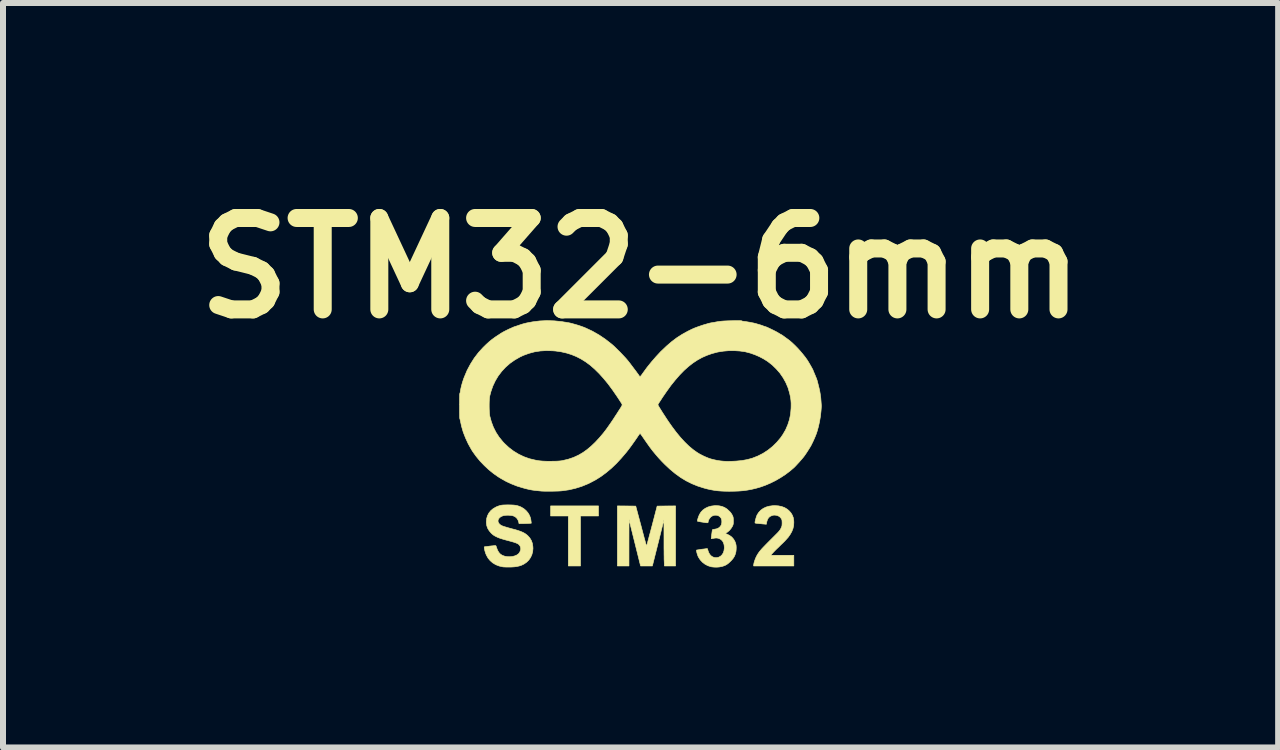
<source format=kicad_pcb>
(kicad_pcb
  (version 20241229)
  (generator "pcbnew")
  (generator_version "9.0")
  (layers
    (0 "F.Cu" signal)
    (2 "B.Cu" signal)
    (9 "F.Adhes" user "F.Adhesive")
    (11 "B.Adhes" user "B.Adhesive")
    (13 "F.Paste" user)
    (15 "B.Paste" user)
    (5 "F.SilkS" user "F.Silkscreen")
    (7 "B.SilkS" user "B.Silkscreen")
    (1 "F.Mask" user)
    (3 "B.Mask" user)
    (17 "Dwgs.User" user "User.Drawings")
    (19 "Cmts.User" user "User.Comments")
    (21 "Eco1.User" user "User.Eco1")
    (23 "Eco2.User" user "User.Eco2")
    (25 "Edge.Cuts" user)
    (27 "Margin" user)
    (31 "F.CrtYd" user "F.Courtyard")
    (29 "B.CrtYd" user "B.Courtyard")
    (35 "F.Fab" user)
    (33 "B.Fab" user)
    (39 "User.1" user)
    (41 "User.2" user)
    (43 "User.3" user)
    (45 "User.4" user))
  (footprint "STM32-6mm"
    (layer "F.Cu")
    (at 7.627 4.418)
    (property "Reference" "STM32-6mm" (at 0 -3 0) (layer "F.SilkS") (effects (font (size 1.524 1.524) (thickness 0.3))))
    (attr through_hole)
    (fp_poly (pts (xy -0.701 1.133) (xy -1.001 1.133) (xy -1.001 1.966) (xy -1.204 1.966) (xy -1.204 1.133) (xy -1.499 1.133) (xy -1.499 0.965) (xy -0.701 0.965) (xy -0.701 1.133)) (stroke (width 0.01) (type solid)) (fill yes) (layer "F.SilkS"))
    (fp_poly (pts (xy 0.584 1.966) (xy 0.398 1.966) (xy 0.395 1.894) (xy 0.394 1.875) (xy 0.393 1.848) (xy 0.393 1.813) (xy 0.392 1.771) (xy 0.392 1.723) (xy 0.391 1.672) (xy 0.391 1.617) (xy 0.391 1.559) (xy 0.391 1.509) (xy 0.39 1.196) (xy 0.294 1.581) (xy 0.197 1.966) (xy 0.001 1.966) (xy -0.192 1.191) (xy -0.193 1.579) (xy -0.193 1.966) (xy -0.386 1.966) (xy -0.386 0.965) (xy -0.233 0.966) (xy -0.08 0.968) (xy 0.01 1.304) (xy 0.025 1.361) (xy 0.039 1.414) (xy 0.052 1.463) (xy 0.064 1.508) (xy 0.075 1.547) (xy 0.084 1.58) (xy 0.092 1.606) (xy 0.097 1.624) (xy 0.101 1.633) (xy 0.101 1.635) (xy 0.103 1.629) (xy 0.107 1.614) (xy 0.113 1.591) (xy 0.121 1.56) (xy 0.131 1.523) (xy 0.142 1.481) (xy 0.155 1.433) (xy 0.169 1.381) (xy 0.183 1.327) (xy 0.191 1.298) (xy 0.277 0.968) (xy 0.431 0.966) (xy 0.584 0.965) (xy 0.584 1.966)) (stroke (width 0.01) (type solid)) (fill yes) (layer "F.SilkS"))
    (fp_poly (pts (xy 2.298 0.964) (xy 2.352 0.975) (xy 2.401 0.993) (xy 2.444 1.019) (xy 2.474 1.044) (xy 2.507 1.081) (xy 2.531 1.121) (xy 2.547 1.164) (xy 2.554 1.212) (xy 2.555 1.242) (xy 2.552 1.293) (xy 2.541 1.342) (xy 2.522 1.391) (xy 2.495 1.439) (xy 2.46 1.489) (xy 2.415 1.539) (xy 2.379 1.576) (xy 2.339 1.614) (xy 2.303 1.65) (xy 2.269 1.682) (xy 2.24 1.711) (xy 2.216 1.736) (xy 2.198 1.756) (xy 2.185 1.769) (xy 2.18 1.777) (xy 2.174 1.788) (xy 2.555 1.788) (xy 2.555 1.966) (xy 1.885 1.966) (xy 1.885 1.954) (xy 1.887 1.936) (xy 1.892 1.912) (xy 1.901 1.883) (xy 1.911 1.854) (xy 1.923 1.825) (xy 1.927 1.817) (xy 1.938 1.795) (xy 1.95 1.774) (xy 1.963 1.754) (xy 1.978 1.732) (xy 1.997 1.709) (xy 2.019 1.683) (xy 2.046 1.654) (xy 2.078 1.621) (xy 2.115 1.583) (xy 2.159 1.539) (xy 2.166 1.532) (xy 2.204 1.494) (xy 2.235 1.463) (xy 2.26 1.438) (xy 2.281 1.417) (xy 2.297 1.4) (xy 2.309 1.386) (xy 2.318 1.374) (xy 2.326 1.364) (xy 2.332 1.355) (xy 2.337 1.345) (xy 2.34 1.339) (xy 2.349 1.319) (xy 2.355 1.304) (xy 2.358 1.29) (xy 2.359 1.273) (xy 2.36 1.25) (xy 2.359 1.225) (xy 2.358 1.208) (xy 2.355 1.194) (xy 2.349 1.182) (xy 2.348 1.18) (xy 2.33 1.155) (xy 2.304 1.136) (xy 2.275 1.124) (xy 2.27 1.123) (xy 2.245 1.119) (xy 2.224 1.118) (xy 2.203 1.122) (xy 2.19 1.126) (xy 2.159 1.14) (xy 2.134 1.162) (xy 2.116 1.192) (xy 2.104 1.23) (xy 2.101 1.247) (xy 2.097 1.271) (xy 2.071 1.268) (xy 2.056 1.267) (xy 2.033 1.265) (xy 2.007 1.262) (xy 1.979 1.26) (xy 1.979 1.259) (xy 1.954 1.257) (xy 1.933 1.255) (xy 1.917 1.252) (xy 1.909 1.25) (xy 1.909 1.25) (xy 1.908 1.243) (xy 1.909 1.229) (xy 1.913 1.209) (xy 1.919 1.186) (xy 1.926 1.162) (xy 1.933 1.139) (xy 1.941 1.12) (xy 1.943 1.115) (xy 1.97 1.073) (xy 2.004 1.037) (xy 2.045 1.007) (xy 2.093 0.984) (xy 2.146 0.969) (xy 2.206 0.961) (xy 2.237 0.96) (xy 2.298 0.964)) (stroke (width 0.01) (type solid)) (fill yes) (layer "F.SilkS"))
    (fp_poly (pts (xy -2.197 0.948) (xy -2.151 0.949) (xy -2.113 0.951) (xy -2.081 0.955) (xy -2.053 0.961) (xy -2.025 0.97) (xy -1.997 0.981) (xy -1.982 0.989) (xy -1.944 1.012) (xy -1.908 1.043) (xy -1.877 1.079) (xy -1.858 1.11) (xy -1.844 1.14) (xy -1.834 1.168) (xy -1.828 1.198) (xy -1.825 1.221) (xy -1.821 1.253) (xy -1.869 1.257) (xy -1.897 1.258) (xy -1.929 1.259) (xy -1.961 1.26) (xy -1.972 1.26) (xy -2.026 1.26) (xy -2.029 1.241) (xy -2.041 1.204) (xy -2.06 1.173) (xy -2.087 1.148) (xy -2.117 1.133) (xy -2.142 1.126) (xy -2.173 1.122) (xy -2.208 1.12) (xy -2.242 1.121) (xy -2.274 1.125) (xy -2.292 1.129) (xy -2.324 1.142) (xy -2.349 1.16) (xy -2.366 1.181) (xy -2.375 1.204) (xy -2.375 1.227) (xy -2.367 1.246) (xy -2.353 1.266) (xy -2.333 1.283) (xy -2.322 1.29) (xy -2.304 1.298) (xy -2.279 1.307) (xy -2.247 1.317) (xy -2.21 1.328) (xy -2.171 1.339) (xy -2.145 1.346) (xy -2.087 1.361) (xy -2.038 1.376) (xy -1.996 1.391) (xy -1.961 1.406) (xy -1.931 1.422) (xy -1.905 1.44) (xy -1.882 1.459) (xy -1.88 1.461) (xy -1.846 1.499) (xy -1.82 1.542) (xy -1.803 1.589) (xy -1.795 1.642) (xy -1.793 1.674) (xy -1.798 1.728) (xy -1.812 1.779) (xy -1.834 1.826) (xy -1.864 1.869) (xy -1.901 1.905) (xy -1.945 1.935) (xy -1.95 1.937) (xy -1.985 1.954) (xy -2.022 1.966) (xy -2.062 1.975) (xy -2.107 1.981) (xy -2.16 1.984) (xy -2.174 1.984) (xy -2.206 1.984) (xy -2.236 1.984) (xy -2.263 1.983) (xy -2.284 1.982) (xy -2.294 1.981) (xy -2.356 1.967) (xy -2.413 1.945) (xy -2.462 1.916) (xy -2.505 1.879) (xy -2.541 1.836) (xy -2.569 1.786) (xy -2.581 1.758) (xy -2.588 1.736) (xy -2.595 1.713) (xy -2.6 1.69) (xy -2.604 1.67) (xy -2.605 1.655) (xy -2.604 1.648) (xy -2.604 1.648) (xy -2.599 1.646) (xy -2.585 1.644) (xy -2.565 1.642) (xy -2.541 1.639) (xy -2.515 1.635) (xy -2.488 1.632) (xy -2.463 1.63) (xy -2.441 1.627) (xy -2.425 1.626) (xy -2.418 1.626) (xy -2.411 1.63) (xy -2.405 1.643) (xy -2.401 1.657) (xy -2.384 1.702) (xy -2.362 1.74) (xy -2.334 1.77) (xy -2.3 1.791) (xy -2.299 1.791) (xy -2.261 1.804) (xy -2.22 1.811) (xy -2.178 1.812) (xy -2.136 1.808) (xy -2.097 1.798) (xy -2.062 1.783) (xy -2.034 1.763) (xy -2.029 1.757) (xy -2.015 1.738) (xy -2.004 1.713) (xy -1.997 1.689) (xy -1.997 1.679) (xy -1.999 1.661) (xy -2.005 1.642) (xy -2.008 1.636) (xy -2.016 1.622) (xy -2.026 1.611) (xy -2.039 1.6) (xy -2.056 1.591) (xy -2.079 1.581) (xy -2.108 1.571) (xy -2.145 1.56) (xy -2.19 1.548) (xy -2.197 1.546) (xy -2.254 1.531) (xy -2.302 1.517) (xy -2.343 1.504) (xy -2.377 1.491) (xy -2.405 1.478) (xy -2.43 1.465) (xy -2.452 1.451) (xy -2.472 1.435) (xy -2.49 1.418) (xy -2.523 1.379) (xy -2.548 1.338) (xy -2.563 1.295) (xy -2.57 1.247) (xy -2.57 1.225) (xy -2.565 1.175) (xy -2.551 1.128) (xy -2.528 1.084) (xy -2.497 1.045) (xy -2.458 1.012) (xy -2.412 0.985) (xy -2.388 0.974) (xy -2.363 0.965) (xy -2.34 0.958) (xy -2.317 0.953) (xy -2.292 0.95) (xy -2.261 0.949) (xy -2.225 0.948) (xy -2.197 0.948)) (stroke (width 0.01) (type solid)) (fill yes) (layer "F.SilkS"))
    (fp_poly (pts (xy 1.308 0.963) (xy 1.356 0.973) (xy 1.399 0.99) (xy 1.439 1.015) (xy 1.474 1.047) (xy 1.499 1.072) (xy 1.516 1.096) (xy 1.53 1.12) (xy 1.53 1.121) (xy 1.538 1.137) (xy 1.542 1.15) (xy 1.545 1.163) (xy 1.546 1.179) (xy 1.547 1.201) (xy 1.547 1.214) (xy 1.547 1.24) (xy 1.546 1.258) (xy 1.544 1.272) (xy 1.54 1.285) (xy 1.534 1.298) (xy 1.53 1.307) (xy 1.509 1.34) (xy 1.483 1.372) (xy 1.452 1.399) (xy 1.435 1.41) (xy 1.411 1.424) (xy 1.438 1.434) (xy 1.483 1.456) (xy 1.522 1.485) (xy 1.553 1.521) (xy 1.576 1.563) (xy 1.588 1.598) (xy 1.593 1.624) (xy 1.595 1.655) (xy 1.594 1.69) (xy 1.591 1.722) (xy 1.587 1.742) (xy 1.576 1.779) (xy 1.561 1.812) (xy 1.54 1.844) (xy 1.512 1.876) (xy 1.501 1.887) (xy 1.469 1.917) (xy 1.439 1.94) (xy 1.408 1.957) (xy 1.372 1.97) (xy 1.349 1.976) (xy 1.312 1.983) (xy 1.27 1.986) (xy 1.227 1.985) (xy 1.187 1.981) (xy 1.174 1.978) (xy 1.123 1.962) (xy 1.075 1.937) (xy 1.032 1.904) (xy 0.995 1.864) (xy 0.965 1.818) (xy 0.959 1.805) (xy 0.952 1.787) (xy 0.945 1.766) (xy 0.939 1.745) (xy 0.935 1.726) (xy 0.932 1.71) (xy 0.933 1.702) (xy 0.934 1.701) (xy 0.939 1.7) (xy 0.953 1.698) (xy 0.973 1.695) (xy 0.997 1.691) (xy 1.022 1.687) (xy 1.049 1.684) (xy 1.073 1.681) (xy 1.093 1.678) (xy 1.107 1.677) (xy 1.113 1.676) (xy 1.116 1.681) (xy 1.12 1.692) (xy 1.122 1.702) (xy 1.135 1.74) (xy 1.153 1.772) (xy 1.177 1.798) (xy 1.205 1.816) (xy 1.235 1.826) (xy 1.267 1.828) (xy 1.3 1.821) (xy 1.333 1.804) (xy 1.334 1.803) (xy 1.359 1.779) (xy 1.379 1.748) (xy 1.391 1.711) (xy 1.397 1.668) (xy 1.397 1.659) (xy 1.393 1.615) (xy 1.382 1.578) (xy 1.364 1.547) (xy 1.339 1.524) (xy 1.308 1.508) (xy 1.289 1.503) (xy 1.272 1.5) (xy 1.255 1.5) (xy 1.234 1.502) (xy 1.221 1.505) (xy 1.202 1.508) (xy 1.188 1.51) (xy 1.18 1.511) (xy 1.179 1.511) (xy 1.179 1.505) (xy 1.18 1.492) (xy 1.182 1.473) (xy 1.185 1.451) (xy 1.188 1.428) (xy 1.191 1.405) (xy 1.194 1.385) (xy 1.196 1.371) (xy 1.196 1.368) (xy 1.199 1.362) (xy 1.206 1.358) (xy 1.219 1.355) (xy 1.231 1.354) (xy 1.271 1.346) (xy 1.303 1.331) (xy 1.328 1.309) (xy 1.346 1.282) (xy 1.354 1.249) (xy 1.355 1.214) (xy 1.349 1.184) (xy 1.339 1.163) (xy 1.319 1.142) (xy 1.294 1.127) (xy 1.265 1.12) (xy 1.234 1.12) (xy 1.205 1.128) (xy 1.177 1.144) (xy 1.173 1.147) (xy 1.159 1.163) (xy 1.145 1.182) (xy 1.134 1.203) (xy 1.128 1.221) (xy 1.128 1.227) (xy 1.127 1.235) (xy 1.125 1.241) (xy 1.12 1.245) (xy 1.11 1.246) (xy 1.095 1.245) (xy 1.072 1.242) (xy 1.041 1.237) (xy 1.036 1.236) (xy 1.008 1.232) (xy 0.983 1.227) (xy 0.964 1.223) (xy 0.952 1.221) (xy 0.949 1.219) (xy 0.948 1.213) (xy 0.95 1.199) (xy 0.955 1.18) (xy 0.962 1.158) (xy 0.97 1.136) (xy 0.979 1.115) (xy 0.982 1.108) (xy 1.007 1.068) (xy 1.04 1.033) (xy 1.079 1.005) (xy 1.125 0.983) (xy 1.176 0.968) (xy 1.231 0.961) (xy 1.253 0.96) (xy 1.308 0.963)) (stroke (width 0.01) (type solid)) (fill yes) (layer "F.SilkS"))
    (fp_poly (pts (xy -1.438 -2.12) (xy -1.312 -2.107) (xy -1.272 -2.1) (xy -1.248 -2.097) (xy -1.227 -2.093) (xy -1.212 -2.09) (xy -1.206 -2.09) (xy -1.172 -2.083) (xy -1.13 -2.072) (xy -1.084 -2.059) (xy -1.036 -2.045) (xy -0.989 -2.029) (xy -0.945 -2.013) (xy -0.914 -2) (xy -0.803 -1.948) (xy -0.694 -1.886) (xy -0.588 -1.815) (xy -0.487 -1.736) (xy -0.47 -1.722) (xy -0.443 -1.698) (xy -0.412 -1.668) (xy -0.378 -1.634) (xy -0.342 -1.599) (xy -0.307 -1.562) (xy -0.274 -1.527) (xy -0.245 -1.496) (xy -0.227 -1.475) (xy -0.212 -1.457) (xy -0.193 -1.433) (xy -0.171 -1.405) (xy -0.148 -1.374) (xy -0.123 -1.341) (xy -0.099 -1.309) (xy -0.076 -1.279) (xy -0.056 -1.251) (xy -0.039 -1.229) (xy -0.028 -1.212) (xy -0.025 -1.208) (xy -0.016 -1.196) (xy -0.009 -1.19) (xy -0.008 -1.189) (xy -0.003 -1.193) (xy 0.006 -1.204) (xy 0.019 -1.22) (xy 0.033 -1.24) (xy 0.04 -1.25) (xy 0.107 -1.342) (xy 0.181 -1.434) (xy 0.259 -1.524) (xy 0.338 -1.609) (xy 0.348 -1.618) (xy 0.434 -1.7) (xy 0.519 -1.773) (xy 0.605 -1.838) (xy 0.694 -1.895) (xy 0.786 -1.946) (xy 0.857 -1.981) (xy 0.898 -1.999) (xy 0.945 -2.017) (xy 0.994 -2.034) (xy 1.044 -2.051) (xy 1.092 -2.065) (xy 1.137 -2.078) (xy 1.176 -2.087) (xy 1.199 -2.09) (xy 1.219 -2.094) (xy 1.24 -2.097) (xy 1.247 -2.099) (xy 1.281 -2.105) (xy 1.315 -2.11) (xy 1.349 -2.114) (xy 1.386 -2.117) (xy 1.428 -2.119) (xy 1.477 -2.121) (xy 1.533 -2.122) (xy 1.581 -2.123) (xy 1.62 -2.123) (xy 1.651 -2.123) (xy 1.672 -2.122) (xy 1.684 -2.121) (xy 1.687 -2.12) (xy 1.691 -2.117) (xy 1.703 -2.114) (xy 1.721 -2.112) (xy 1.722 -2.111) (xy 1.743 -2.109) (xy 1.769 -2.105) (xy 1.797 -2.1) (xy 1.812 -2.098) (xy 1.836 -2.093) (xy 1.857 -2.089) (xy 1.873 -2.086) (xy 1.88 -2.085) (xy 1.895 -2.081) (xy 1.917 -2.076) (xy 1.943 -2.068) (xy 1.971 -2.06) (xy 1.998 -2.052) (xy 2.022 -2.044) (xy 2.036 -2.039) (xy 2.056 -2.031) (xy 2.075 -2.025) (xy 2.088 -2.021) (xy 2.102 -2.016) (xy 2.122 -2.007) (xy 2.148 -1.995) (xy 2.177 -1.981) (xy 2.208 -1.966) (xy 2.238 -1.951) (xy 2.265 -1.937) (xy 2.288 -1.924) (xy 2.306 -1.913) (xy 2.306 -1.913) (xy 2.323 -1.903) (xy 2.337 -1.894) (xy 2.345 -1.89) (xy 2.347 -1.89) (xy 2.352 -1.887) (xy 2.364 -1.879) (xy 2.38 -1.868) (xy 2.394 -1.858) (xy 2.413 -1.843) (xy 2.432 -1.83) (xy 2.447 -1.819) (xy 2.453 -1.815) (xy 2.491 -1.786) (xy 2.532 -1.75) (xy 2.576 -1.708) (xy 2.62 -1.663) (xy 2.664 -1.614) (xy 2.705 -1.565) (xy 2.744 -1.516) (xy 2.777 -1.47) (xy 2.804 -1.427) (xy 2.81 -1.416) (xy 2.819 -1.401) (xy 2.831 -1.38) (xy 2.844 -1.357) (xy 2.85 -1.347) (xy 2.86 -1.328) (xy 2.869 -1.312) (xy 2.874 -1.302) (xy 2.875 -1.299) (xy 2.877 -1.293) (xy 2.882 -1.28) (xy 2.89 -1.261) (xy 2.9 -1.237) (xy 2.906 -1.224) (xy 2.917 -1.196) (xy 2.928 -1.17) (xy 2.937 -1.147) (xy 2.942 -1.13) (xy 2.944 -1.126) (xy 2.958 -1.071) (xy 2.97 -1.023) (xy 2.98 -0.982) (xy 2.988 -0.944) (xy 2.994 -0.909) (xy 2.999 -0.874) (xy 3.004 -0.838) (xy 3.007 -0.798) (xy 3.008 -0.79) (xy 3.01 -0.759) (xy 3.012 -0.736) (xy 3.013 -0.717) (xy 3.014 -0.7) (xy 3.013 -0.683) (xy 3.012 -0.663) (xy 3.01 -0.638) (xy 3.008 -0.613) (xy 2.999 -0.531) (xy 2.985 -0.447) (xy 2.967 -0.364) (xy 2.946 -0.286) (xy 2.929 -0.235) (xy 2.918 -0.207) (xy 2.904 -0.173) (xy 2.888 -0.137) (xy 2.871 -0.1) (xy 2.854 -0.066) (xy 2.84 -0.038) (xy 2.834 -0.028) (xy 2.817 0.000201) (xy 2.797 0.032) (xy 2.776 0.065) (xy 2.754 0.098) (xy 2.734 0.127) (xy 2.716 0.151) (xy 2.709 0.159) (xy 2.691 0.181) (xy 2.668 0.207) (xy 2.644 0.235) (xy 2.618 0.263) (xy 2.594 0.289) (xy 2.573 0.311) (xy 2.557 0.327) (xy 2.49 0.384) (xy 2.416 0.44) (xy 2.335 0.493) (xy 2.251 0.542) (xy 2.164 0.585) (xy 2.077 0.622) (xy 1.998 0.65) (xy 1.925 0.671) (xy 1.854 0.688) (xy 1.784 0.701) (xy 1.713 0.711) (xy 1.639 0.717) (xy 1.559 0.72) (xy 1.478 0.721) (xy 1.405 0.72) (xy 1.34 0.717) (xy 1.28 0.712) (xy 1.223 0.704) (xy 1.167 0.694) (xy 1.109 0.681) (xy 1.057 0.667) (xy 0.953 0.634) (xy 0.855 0.594) (xy 0.759 0.546) (xy 0.667 0.49) (xy 0.577 0.425) (xy 0.488 0.351) (xy 0.404 0.272) (xy 0.35 0.217) (xy 0.3 0.163) (xy 0.252 0.107) (xy 0.204 0.049) (xy 0.156 -0.014) (xy 0.107 -0.083) (xy 0.054 -0.159) (xy 0.047 -0.17) (xy 0.03 -0.194) (xy 0.016 -0.214) (xy 0.004 -0.23) (xy -0.004 -0.24) (xy -0.007 -0.243) (xy -0.012 -0.239) (xy -0.021 -0.229) (xy -0.032 -0.214) (xy -0.035 -0.21) (xy -0.06 -0.172) (xy -0.089 -0.13) (xy -0.12 -0.086) (xy -0.152 -0.041) (xy -0.183 0.001) (xy -0.212 0.039) (xy -0.233 0.066) (xy -0.318 0.166) (xy -0.402 0.257) (xy -0.487 0.338) (xy -0.573 0.41) (xy -0.661 0.475) (xy -0.75 0.531) (xy -0.843 0.58) (xy -0.876 0.596) (xy -0.981 0.639) (xy -1.087 0.672) (xy -1.196 0.697) (xy -1.308 0.713) (xy -1.33 0.715) (xy -1.359 0.717) (xy -1.395 0.718) (xy -1.434 0.719) (xy -1.476 0.72) (xy -1.517 0.72) (xy -1.557 0.72) (xy -1.593 0.72) (xy -1.623 0.719) (xy -1.646 0.718) (xy -1.651 0.718) (xy -1.708 0.712) (xy -1.757 0.707) (xy -1.801 0.701) (xy -1.842 0.694) (xy -1.881 0.685) (xy -1.922 0.675) (xy -1.958 0.665) (xy -2.057 0.635) (xy -2.149 0.599) (xy -2.238 0.558) (xy -2.325 0.509) (xy -2.371 0.481) (xy -2.451 0.425) (xy -2.53 0.361) (xy -2.605 0.291) (xy -2.676 0.217) (xy -2.74 0.139) (xy -2.797 0.06) (xy -2.819 0.025) (xy -2.872 -0.07) (xy -2.917 -0.167) (xy -2.955 -0.264) (xy -2.983 -0.36) (xy -2.997 -0.424) (xy -3.002 -0.448) (xy -3.007 -0.469) (xy -3.01 -0.483) (xy -3.013 -0.49) (xy -3.013 -0.49) (xy -3.014 -0.496) (xy -3.015 -0.511) (xy -3.016 -0.533) (xy -3.016 -0.561) (xy -3.017 -0.594) (xy -3.017 -0.631) (xy -3.017 -0.67) (xy -3.017 -0.687) (xy -2.523 -0.687) (xy -2.522 -0.644) (xy -2.52 -0.604) (xy -2.518 -0.569) (xy -2.514 -0.541) (xy -2.513 -0.533) (xy -2.487 -0.438) (xy -2.453 -0.347) (xy -2.41 -0.262) (xy -2.358 -0.182) (xy -2.297 -0.107) (xy -2.269 -0.077) (xy -2.195 -0.008) (xy -2.116 0.052) (xy -2.032 0.103) (xy -1.944 0.145) (xy -1.852 0.178) (xy -1.756 0.201) (xy -1.701 0.211) (xy -1.676 0.214) (xy -1.654 0.216) (xy -1.632 0.218) (xy -1.61 0.219) (xy -1.586 0.22) (xy -1.557 0.221) (xy -1.522 0.221) (xy -1.479 0.221) (xy -1.471 0.22) (xy -1.428 0.22) (xy -1.393 0.219) (xy -1.364 0.217) (xy -1.339 0.215) (xy -1.315 0.212) (xy -1.3 0.209) (xy -1.206 0.187) (xy -1.117 0.157) (xy -1.031 0.117) (xy -0.958 0.074) (xy -0.891 0.026) (xy -0.823 -0.031) (xy -0.755 -0.096) (xy -0.687 -0.169) (xy -0.62 -0.248) (xy -0.574 -0.308) (xy -0.555 -0.334) (xy -0.532 -0.367) (xy -0.506 -0.404) (xy -0.478 -0.445) (xy -0.449 -0.488) (xy -0.421 -0.532) (xy -0.393 -0.574) (xy -0.368 -0.614) (xy -0.345 -0.649) (xy -0.326 -0.679) (xy -0.315 -0.7) (xy -0.311 -0.706) (xy -0.308 -0.711) (xy -0.306 -0.716) (xy -0.306 -0.721) (xy 0.29 -0.721) (xy 0.292 -0.714) (xy 0.3 -0.7) (xy 0.312 -0.679) (xy 0.328 -0.653) (xy 0.347 -0.623) (xy 0.368 -0.589) (xy 0.391 -0.554) (xy 0.415 -0.517) (xy 0.439 -0.48) (xy 0.463 -0.444) (xy 0.486 -0.411) (xy 0.508 -0.38) (xy 0.524 -0.357) (xy 0.596 -0.261) (xy 0.667 -0.175) (xy 0.737 -0.099) (xy 0.807 -0.031) (xy 0.878 0.028) (xy 0.94 0.072) (xy 0.975 0.094) (xy 1.016 0.116) (xy 1.06 0.138) (xy 1.104 0.157) (xy 1.144 0.173) (xy 1.173 0.182) (xy 1.228 0.196) (xy 1.28 0.207) (xy 1.332 0.215) (xy 1.385 0.22) (xy 1.442 0.223) (xy 1.504 0.222) (xy 1.574 0.219) (xy 1.593 0.218) (xy 1.688 0.209) (xy 1.777 0.193) (xy 1.862 0.17) (xy 1.943 0.138) (xy 1.954 0.134) (xy 2.042 0.089) (xy 2.125 0.035) (xy 2.202 -0.027) (xy 2.272 -0.096) (xy 2.336 -0.172) (xy 2.373 -0.226) (xy 2.419 -0.305) (xy 2.455 -0.389) (xy 2.483 -0.476) (xy 2.501 -0.567) (xy 2.509 -0.661) (xy 2.51 -0.699) (xy 2.51 -0.748) (xy 2.507 -0.791) (xy 2.502 -0.832) (xy 2.494 -0.874) (xy 2.484 -0.918) (xy 2.458 -1.006) (xy 2.422 -1.09) (xy 2.377 -1.171) (xy 2.324 -1.248) (xy 2.262 -1.319) (xy 2.194 -1.385) (xy 2.118 -1.444) (xy 2.115 -1.446) (xy 2.051 -1.486) (xy 1.981 -1.523) (xy 1.907 -1.555) (xy 1.831 -1.582) (xy 1.758 -1.601) (xy 1.742 -1.605) (xy 1.657 -1.617) (xy 1.567 -1.623) (xy 1.474 -1.623) (xy 1.382 -1.615) (xy 1.293 -1.601) (xy 1.275 -1.597) (xy 1.189 -1.574) (xy 1.107 -1.545) (xy 1.027 -1.51) (xy 0.949 -1.467) (xy 0.873 -1.417) (xy 0.799 -1.359) (xy 0.725 -1.293) (xy 0.652 -1.218) (xy 0.579 -1.134) (xy 0.505 -1.042) (xy 0.431 -0.939) (xy 0.414 -0.914) (xy 0.389 -0.878) (xy 0.365 -0.843) (xy 0.344 -0.81) (xy 0.325 -0.781) (xy 0.309 -0.757) (xy 0.298 -0.738) (xy 0.291 -0.726) (xy 0.29 -0.721) (xy -0.306 -0.721) (xy -0.306 -0.722) (xy -0.309 -0.73) (xy -0.314 -0.741) (xy -0.323 -0.755) (xy -0.336 -0.775) (xy -0.352 -0.8) (xy -0.374 -0.833) (xy -0.391 -0.859) (xy -0.467 -0.969) (xy -0.541 -1.069) (xy -0.616 -1.16) (xy -0.69 -1.242) (xy -0.764 -1.315) (xy -0.838 -1.38) (xy -0.914 -1.436) (xy -0.991 -1.484) (xy -1.071 -1.525) (xy -1.152 -1.558) (xy -1.236 -1.584) (xy -1.324 -1.604) (xy -1.415 -1.617) (xy -1.467 -1.621) (xy -1.571 -1.624) (xy -1.671 -1.618) (xy -1.767 -1.603) (xy -1.86 -1.578) (xy -1.951 -1.545) (xy -2.009 -1.518) (xy -2.096 -1.468) (xy -2.176 -1.412) (xy -2.249 -1.348) (xy -2.314 -1.278) (xy -2.372 -1.202) (xy -2.421 -1.12) (xy -2.462 -1.033) (xy -2.494 -0.941) (xy -2.513 -0.869) (xy -2.517 -0.844) (xy -2.52 -0.811) (xy -2.522 -0.772) (xy -2.523 -0.73) (xy -2.523 -0.687) (xy -3.017 -0.687) (xy -3.017 -0.71) (xy -3.017 -0.749) (xy -3.017 -0.787) (xy -3.017 -0.822) (xy -3.016 -0.853) (xy -3.016 -0.878) (xy -3.015 -0.897) (xy -3.014 -0.907) (xy -3.013 -0.909) (xy -3.01 -0.914) (xy -3.007 -0.926) (xy -3.005 -0.936) (xy -2.997 -0.983) (xy -2.985 -1.036) (xy -2.969 -1.093) (xy -2.95 -1.151) (xy -2.938 -1.182) (xy -2.891 -1.294) (xy -2.835 -1.399) (xy -2.772 -1.499) (xy -2.7 -1.593) (xy -2.624 -1.676) (xy -2.573 -1.726) (xy -2.525 -1.77) (xy -2.477 -1.809) (xy -2.428 -1.845) (xy -2.403 -1.862) (xy -2.38 -1.877) (xy -2.358 -1.891) (xy -2.339 -1.904) (xy -2.327 -1.912) (xy -2.31 -1.922) (xy -2.286 -1.936) (xy -2.257 -1.951) (xy -2.225 -1.967) (xy -2.192 -1.983) (xy -2.16 -1.997) (xy -2.131 -2.01) (xy -2.108 -2.02) (xy -2.093 -2.025) (xy -2.086 -2.027) (xy -2.071 -2.032) (xy -2.05 -2.039) (xy -2.025 -2.048) (xy -2.012 -2.052) (xy -1.98 -2.063) (xy -1.952 -2.071) (xy -1.925 -2.078) (xy -1.897 -2.085) (xy -1.865 -2.091) (xy -1.827 -2.098) (xy -1.801 -2.103) (xy -1.683 -2.118) (xy -1.562 -2.124) (xy -1.438 -2.12)) (stroke (width 0.01) (type solid)) (fill yes) (layer "F.SilkS")))
  (gr_rect
    (start -3 -3)
    (end 18.255 9.409)
    (stroke (width 0.1) (type default))
    (fill no)
    (layer "Edge.Cuts")))
</source>
